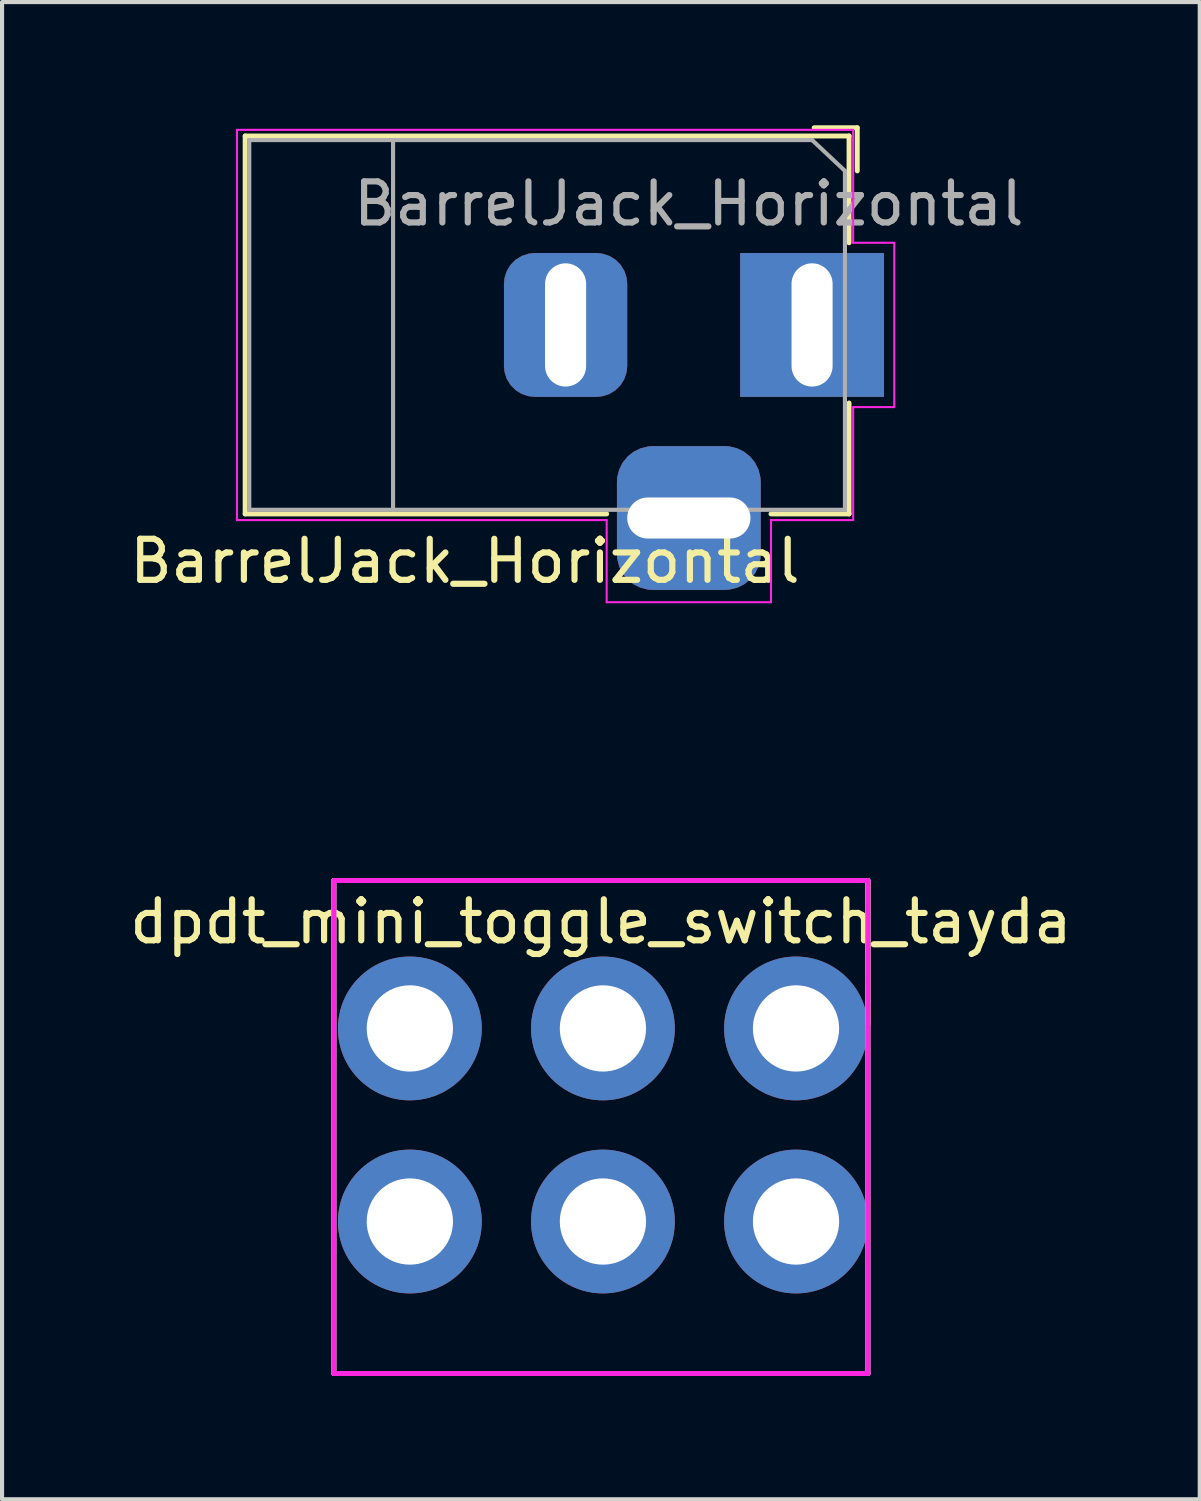
<source format=kicad_pcb>
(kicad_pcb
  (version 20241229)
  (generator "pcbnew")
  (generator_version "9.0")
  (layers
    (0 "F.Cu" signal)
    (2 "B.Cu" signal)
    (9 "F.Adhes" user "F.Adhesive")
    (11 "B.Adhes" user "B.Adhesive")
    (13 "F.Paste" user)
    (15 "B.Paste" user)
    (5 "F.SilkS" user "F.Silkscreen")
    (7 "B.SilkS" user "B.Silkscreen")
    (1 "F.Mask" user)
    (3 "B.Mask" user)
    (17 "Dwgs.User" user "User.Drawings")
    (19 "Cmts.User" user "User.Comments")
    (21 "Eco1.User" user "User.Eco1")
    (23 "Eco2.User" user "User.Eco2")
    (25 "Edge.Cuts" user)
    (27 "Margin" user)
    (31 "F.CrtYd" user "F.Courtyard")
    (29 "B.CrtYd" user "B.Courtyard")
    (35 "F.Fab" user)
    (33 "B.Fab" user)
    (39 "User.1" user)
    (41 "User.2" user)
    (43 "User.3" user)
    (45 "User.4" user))
  (footprint "dpdt_mini_toggle_switch_tayda"
    (layer "F.Cu")
    (at 11.577 14.885)
    (property "Reference" "dpdt_mini_toggle_switch_tayda" (at 0 4.5 0) (layer "F.SilkS") (effects (font (size 1 1) (thickness 0.15))))
    (attr through_hole)
    (fp_line (start -6.5 3.5) (end 6.5 3.5) (stroke (width 0.12) (type solid)) (layer "F.SilkS"))
    (fp_line (start -6.5 15.5) (end -6.5 3.5) (stroke (width 0.12) (type solid)) (layer "F.SilkS"))
    (fp_line (start 6.5 3.5) (end 6.5 7) (stroke (width 0.12) (type solid)) (layer "F.SilkS"))
    (fp_line (start 6.5 3.5) (end 6.5 15.5) (stroke (width 0.12) (type solid)) (layer "F.SilkS"))
    (fp_line (start 6.5 15.5) (end -6.5 15.5) (stroke (width 0.12) (type solid)) (layer "F.SilkS"))
    (fp_line (start -6.5 3.5) (end 6.5 3.5) (stroke (width 0.12) (type solid)) (layer "F.CrtYd"))
    (fp_line (start -6.5 15.5) (end -6.5 3.5) (stroke (width 0.12) (type solid)) (layer "F.CrtYd"))
    (fp_line (start 6.5 3.5) (end 6.5 15.5) (stroke (width 0.12) (type solid)) (layer "F.CrtYd"))
    (fp_line (start 6.5 15.5) (end -6.5 15.5) (stroke (width 0.12) (type solid)) (layer "F.CrtYd"))
    (fp_line (start -6.5 3.5) (end 6.5 3.5) (stroke (width 0.12) (type solid)) (layer "F.Fab"))
    (fp_line (start -6.5 15.5) (end -6.5 3.5) (stroke (width 0.12) (type solid)) (layer "F.Fab"))
    (fp_line (start 6.5 3.5) (end 6.5 15.5) (stroke (width 0.12) (type solid)) (layer "F.Fab"))
    (fp_line (start 6.5 15.5) (end -6.5 15.5) (stroke (width 0.12) (type solid)) (layer "F.Fab"))
    (pad "1" thru_hole circle (at -4.65 7.1) (size 3.5 3.5) (drill 2.1) (layers "*.Cu" "*.Mask"))
    (pad "2" thru_hole circle (at 0.05 7.1) (size 3.5 3.5) (drill 2.1) (layers "*.Cu" "*.Mask"))
    (pad "3" thru_hole circle (at 4.75 7.1) (size 3.5 3.5) (drill 2.1) (layers "*.Cu" "*.Mask"))
    (pad "4" thru_hole circle (at -4.65 11.8) (size 3.5 3.5) (drill 2.1) (layers "*.Cu" "*.Mask"))
    (pad "5" thru_hole circle (at 0.05 11.8) (size 3.5 3.5) (drill 2.1) (layers "*.Cu" "*.Mask"))
    (pad "6" thru_hole circle (at 4.75 11.8) (size 3.5 3.5) (drill 2.1) (layers "*.Cu" "*.Mask")))
  (footprint "BarrelJack_Horizontal"
    (layer "F.Cu")
    (at 16.718 4.86)
    (property "Reference" "BarrelJack_Horizontal" (at -8.45 5.75 0) (layer "F.SilkS") (effects (font (size 1 1) (thickness 0.15))))
    (attr through_hole)
    (fp_line (start -13.8 -4.6) (end 0.9 -4.6) (stroke (width 0.12) (type solid)) (layer "F.SilkS"))
    (fp_line (start -13.8 4.6) (end -13.8 -4.6) (stroke (width 0.12) (type solid)) (layer "F.SilkS"))
    (fp_line (start -5 4.6) (end -13.8 4.6) (stroke (width 0.12) (type solid)) (layer "F.SilkS"))
    (fp_line (start 0.05 -4.8) (end 1.1 -4.8) (stroke (width 0.12) (type solid)) (layer "F.SilkS"))
    (fp_line (start 0.9 -4.6) (end 0.9 -2) (stroke (width 0.12) (type solid)) (layer "F.SilkS"))
    (fp_line (start 0.9 1.9) (end 0.9 4.6) (stroke (width 0.12) (type solid)) (layer "F.SilkS"))
    (fp_line (start 0.9 4.6) (end -1 4.6) (stroke (width 0.12) (type solid)) (layer "F.SilkS"))
    (fp_line (start 1.1 -3.75) (end 1.1 -4.8) (stroke (width 0.12) (type solid)) (layer "F.SilkS"))
    (fp_line (start -14 4.75) (end -14 -4.75) (stroke (width 0.05) (type solid)) (layer "F.CrtYd"))
    (fp_line (start -5 4.75) (end -14 4.75) (stroke (width 0.05) (type solid)) (layer "F.CrtYd"))
    (fp_line (start -5 6.75) (end -5 4.75) (stroke (width 0.05) (type solid)) (layer "F.CrtYd"))
    (fp_line (start -1 4.75) (end -1 6.75) (stroke (width 0.05) (type solid)) (layer "F.CrtYd"))
    (fp_line (start -1 6.75) (end -5 6.75) (stroke (width 0.05) (type solid)) (layer "F.CrtYd"))
    (fp_line (start 1 -4.75) (end -14 -4.75) (stroke (width 0.05) (type solid)) (layer "F.CrtYd"))
    (fp_line (start 1 -4.5) (end 1 -4.75) (stroke (width 0.05) (type solid)) (layer "F.CrtYd"))
    (fp_line (start 1 -4.5) (end 1 -2) (stroke (width 0.05) (type solid)) (layer "F.CrtYd"))
    (fp_line (start 1 -2) (end 2 -2) (stroke (width 0.05) (type solid)) (layer "F.CrtYd"))
    (fp_line (start 1 2) (end 1 4.75) (stroke (width 0.05) (type solid)) (layer "F.CrtYd"))
    (fp_line (start 1 4.75) (end -1 4.75) (stroke (width 0.05) (type solid)) (layer "F.CrtYd"))
    (fp_line (start 2 -2) (end 2 2) (stroke (width 0.05) (type solid)) (layer "F.CrtYd"))
    (fp_line (start 2 2) (end 1 2) (stroke (width 0.05) (type solid)) (layer "F.CrtYd"))
    (fp_line (start -13.7 -4.5) (end -13.7 4.5) (stroke (width 0.1) (type solid)) (layer "F.Fab"))
    (fp_line (start -13.7 4.5) (end 0.8 4.5) (stroke (width 0.1) (type solid)) (layer "F.Fab"))
    (fp_line (start -10.2 -4.5) (end -10.2 4.5) (stroke (width 0.1) (type solid)) (layer "F.Fab"))
    (fp_line (start -0.003 -4.505) (end 0.8 -3.75) (stroke (width 0.1) (type solid)) (layer "F.Fab"))
    (fp_line (start 0 -4.5) (end -13.7 -4.5) (stroke (width 0.1) (type solid)) (layer "F.Fab"))
    (fp_line (start 0.8 4.5) (end 0.8 -3.75) (stroke (width 0.1) (type solid)) (layer "F.Fab"))
    (fp_text user "${REFERENCE}" (at -3 -2.95 0) (layer "F.Fab") (effects (font (size 1 1) (thickness 0.15))))
    (pad "1" thru_hole rect (at 0 0) (size 3.5 3.5) (drill oval 1 3) (layers "*.Cu" "*.Mask"))
    (pad "2" thru_hole roundrect (at -6 0) (size 3 3.5) (drill oval 1 3) (layers "*.Cu" "*.Mask") (roundrect_rratio 0.25))
    (pad "3" thru_hole roundrect (at -3 4.7) (size 3.5 3.5) (drill oval 3 1) (layers "*.Cu" "*.Mask") (roundrect_rratio 0.25)))
  (gr_rect
    (start -3 -3)
    (end 26.155 33.445)
    (stroke (width 0.1) (type default))
    (fill no)
    (layer "Edge.Cuts")))
</source>
